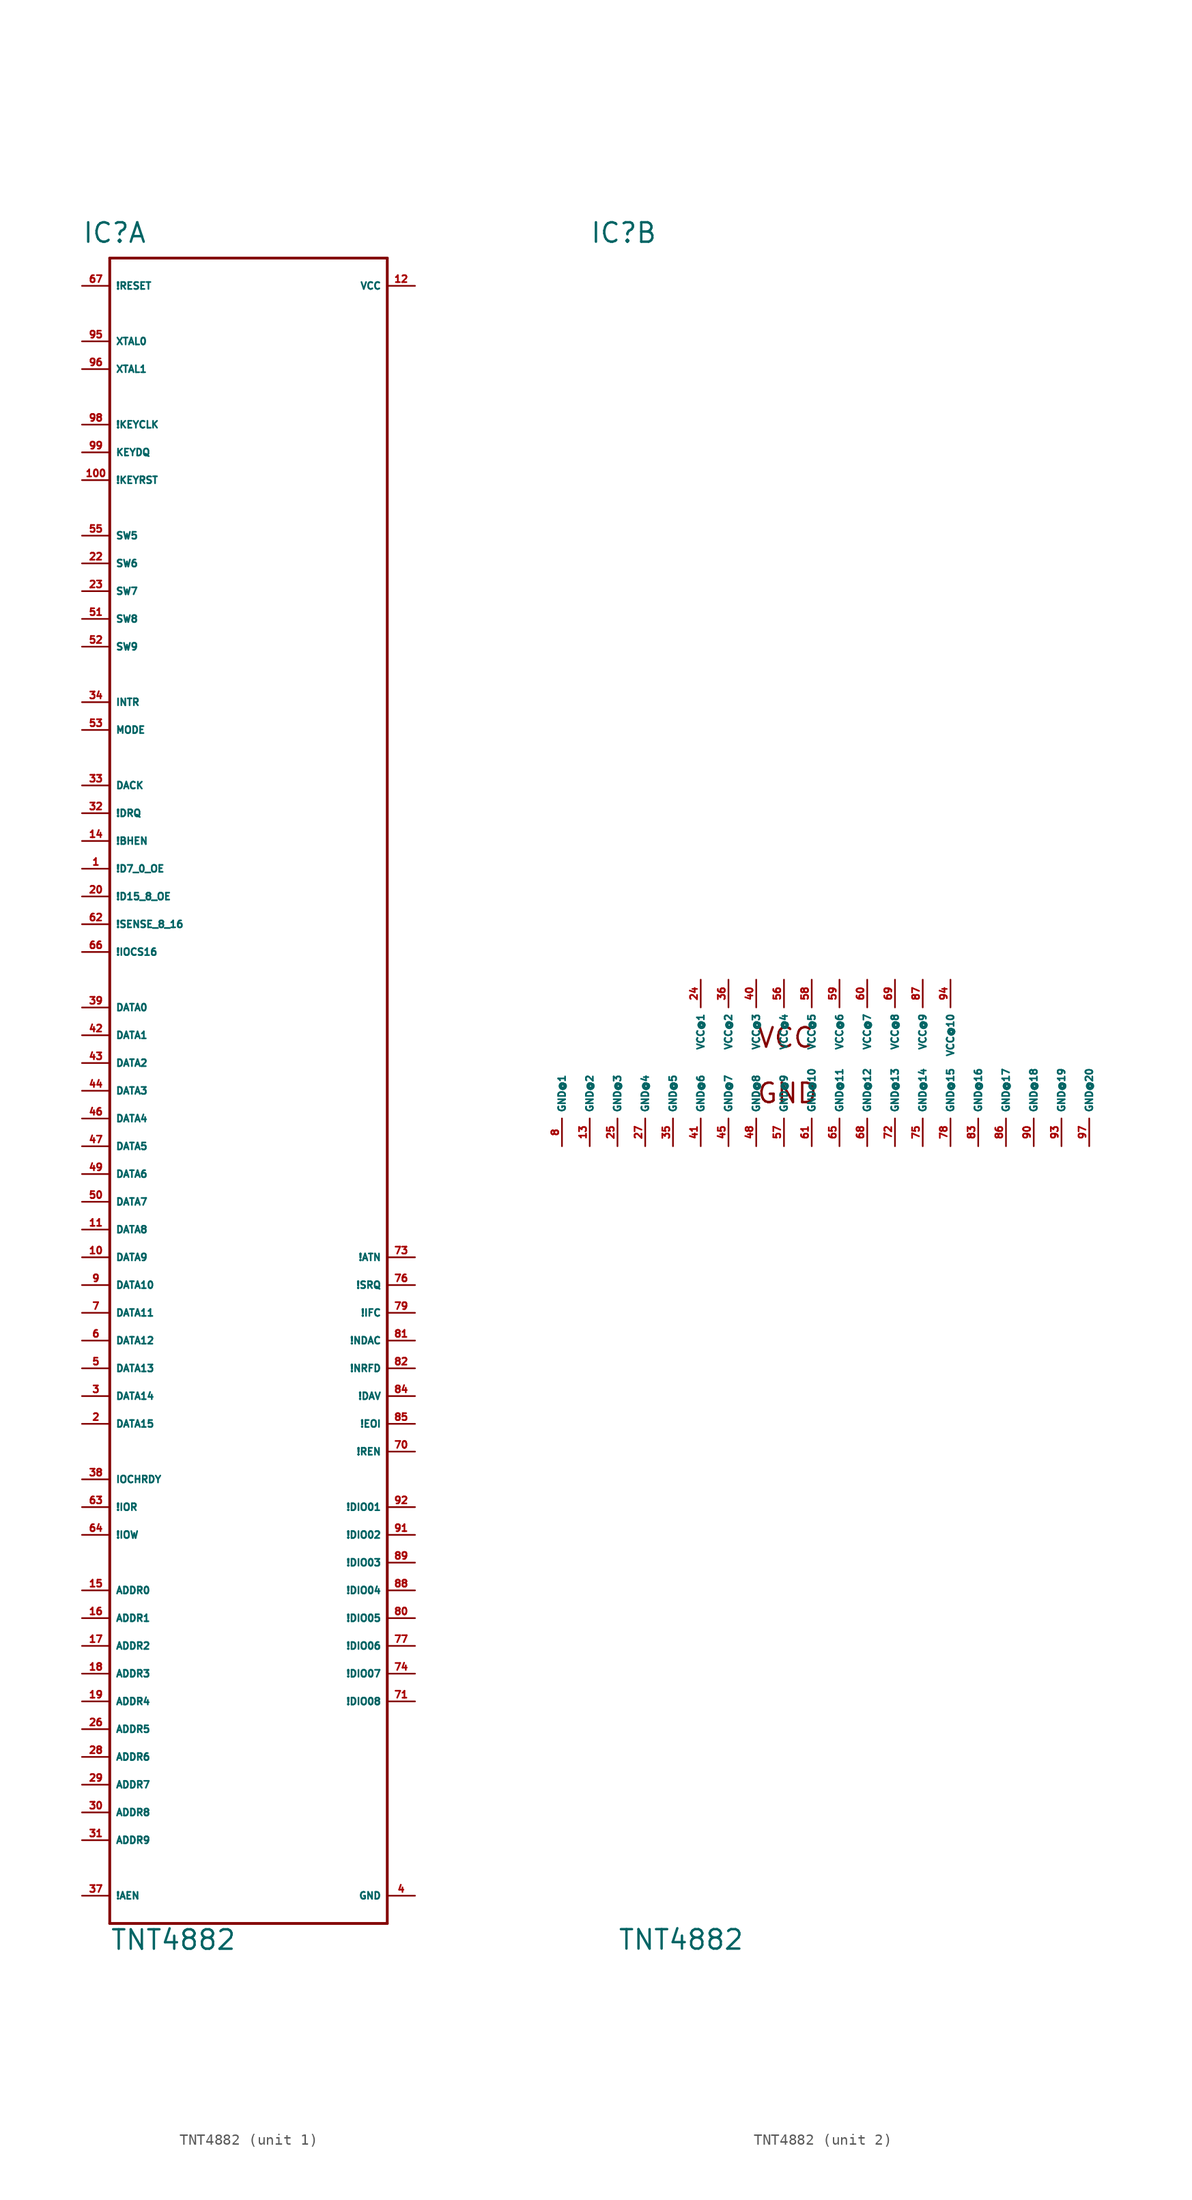
<source format=kicad_sym>
(kicad_symbol_lib
  (version 20220914)
  (generator Eagle2Kicad)
  (symbol "TNT4882"
    (property "Reference" "IC"
      (at -17.78 74.93 0)
      (effects (font (size 1.778 1.778) (thickness 0.22)) (justify left bottom)))
    (property "Value" "TNT4882"
      (at -15.24 -81.28 0)
      (effects (font (size 1.778 1.778) (thickness 0.22)) (justify left bottom)))
    (symbol "TNT4882_1_0"
      (polyline (pts (xy -15.24 73.66) (xy 10.16 73.66)) (stroke (width 0.254) (type default)) (fill (type none)))
      (polyline (pts (xy 10.16 73.66) (xy 10.16 -78.74)) (stroke (width 0.254) (type default)) (fill (type none)))
      (polyline (pts (xy 10.16 -78.74) (xy -15.24 -78.74)) (stroke (width 0.254) (type default)) (fill (type none)))
      (polyline (pts (xy -15.24 -78.74) (xy -15.24 73.66)) (stroke (width 0.254) (type default)) (fill (type none)))
      (pin bidirectional line (at 12.7 -25.4 180) (length 2.54) (name "!NDAC" (effects (font (size 0.635 0.635) (thickness 0.08)) (justify left bottom))) (number "81" (effects (font (size 0.635 0.635) (thickness 0.08)) (justify left bottom))))
      (pin bidirectional line (at 12.7 -27.94 180) (length 2.54) (name "!NRFD" (effects (font (size 0.635 0.635) (thickness 0.08)) (justify left bottom))) (number "82" (effects (font (size 0.635 0.635) (thickness 0.08)) (justify left bottom))))
      (pin bidirectional line (at 12.7 -30.48 180) (length 2.54) (name "!DAV" (effects (font (size 0.635 0.635) (thickness 0.08)) (justify left bottom))) (number "84" (effects (font (size 0.635 0.635) (thickness 0.08)) (justify left bottom))))
      (pin bidirectional line (at 12.7 -33.02 180) (length 2.54) (name "!EOI" (effects (font (size 0.635 0.635) (thickness 0.08)) (justify left bottom))) (number "85" (effects (font (size 0.635 0.635) (thickness 0.08)) (justify left bottom))))
      (pin bidirectional line (at 12.7 -40.64 180) (length 2.54) (name "!DIO01" (effects (font (size 0.635 0.635) (thickness 0.08)) (justify left bottom))) (number "92" (effects (font (size 0.635 0.635) (thickness 0.08)) (justify left bottom))))
      (pin bidirectional line (at 12.7 -43.18 180) (length 2.54) (name "!DIO02" (effects (font (size 0.635 0.635) (thickness 0.08)) (justify left bottom))) (number "91" (effects (font (size 0.635 0.635) (thickness 0.08)) (justify left bottom))))
      (pin bidirectional line (at 12.7 -45.72 180) (length 2.54) (name "!DIO03" (effects (font (size 0.635 0.635) (thickness 0.08)) (justify left bottom))) (number "89" (effects (font (size 0.635 0.635) (thickness 0.08)) (justify left bottom))))
      (pin bidirectional line (at 12.7 -48.26 180) (length 2.54) (name "!DIO04" (effects (font (size 0.635 0.635) (thickness 0.08)) (justify left bottom))) (number "88" (effects (font (size 0.635 0.635) (thickness 0.08)) (justify left bottom))))
      (pin bidirectional line (at 12.7 -50.8 180) (length 2.54) (name "!DIO05" (effects (font (size 0.635 0.635) (thickness 0.08)) (justify left bottom))) (number "80" (effects (font (size 0.635 0.635) (thickness 0.08)) (justify left bottom))))
      (pin bidirectional line (at 12.7 -53.34 180) (length 2.54) (name "!DIO06" (effects (font (size 0.635 0.635) (thickness 0.08)) (justify left bottom))) (number "77" (effects (font (size 0.635 0.635) (thickness 0.08)) (justify left bottom))))
      (pin bidirectional line (at 12.7 -55.88 180) (length 2.54) (name "!DIO07" (effects (font (size 0.635 0.635) (thickness 0.08)) (justify left bottom))) (number "74" (effects (font (size 0.635 0.635) (thickness 0.08)) (justify left bottom))))
      (pin bidirectional line (at 12.7 -58.42 180) (length 2.54) (name "!DIO08" (effects (font (size 0.635 0.635) (thickness 0.08)) (justify left bottom))) (number "71" (effects (font (size 0.635 0.635) (thickness 0.08)) (justify left bottom))))
      (pin bidirectional line (at 12.7 -22.86 180) (length 2.54) (name "!IFC" (effects (font (size 0.635 0.635) (thickness 0.08)) (justify left bottom))) (number "79" (effects (font (size 0.635 0.635) (thickness 0.08)) (justify left bottom))))
      (pin bidirectional line (at 12.7 -17.78 180) (length 2.54) (name "!ATN" (effects (font (size 0.635 0.635) (thickness 0.08)) (justify left bottom))) (number "73" (effects (font (size 0.635 0.635) (thickness 0.08)) (justify left bottom))))
      (pin bidirectional line (at 12.7 -35.56 180) (length 2.54) (name "!REN" (effects (font (size 0.635 0.635) (thickness 0.08)) (justify left bottom))) (number "70" (effects (font (size 0.635 0.635) (thickness 0.08)) (justify left bottom))))
      (pin unspecified line (at 12.7 -76.2 180) (length 2.54) (name "GND" (effects (font (size 0.635 0.635) (thickness 0.08)) (justify left bottom))) (number "4" (effects (font (size 0.635 0.635) (thickness 0.08)) (justify left bottom))))
      (pin bidirectional line (at 12.7 -20.32 180) (length 2.54) (name "!SRQ" (effects (font (size 0.635 0.635) (thickness 0.08)) (justify left bottom))) (number "76" (effects (font (size 0.635 0.635) (thickness 0.08)) (justify left bottom))))
      (pin output line (at -17.78 66.04 0) (length 2.54) (name "XTAL0" (effects (font (size 0.635 0.635) (thickness 0.08)) (justify left bottom))) (number "95" (effects (font (size 0.635 0.635) (thickness 0.08)) (justify left bottom))))
      (pin input line (at -17.78 63.5 0) (length 2.54) (name "XTAL1" (effects (font (size 0.635 0.635) (thickness 0.08)) (justify left bottom))) (number "96" (effects (font (size 0.635 0.635) (thickness 0.08)) (justify left bottom))))
      (pin output line (at -17.78 58.42 0) (length 2.54) (name "!KEYCLK" (effects (font (size 0.635 0.635) (thickness 0.08)) (justify left bottom))) (number "98" (effects (font (size 0.635 0.635) (thickness 0.08)) (justify left bottom))))
      (pin bidirectional line (at -17.78 55.88 0) (length 2.54) (name "KEYDQ" (effects (font (size 0.635 0.635) (thickness 0.08)) (justify left bottom))) (number "99" (effects (font (size 0.635 0.635) (thickness 0.08)) (justify left bottom))))
      (pin output line (at -17.78 53.34 0) (length 2.54) (name "!KEYRST" (effects (font (size 0.635 0.635) (thickness 0.08)) (justify left bottom))) (number "100" (effects (font (size 0.635 0.635) (thickness 0.08)) (justify left bottom))))
      (pin bidirectional line (at -17.78 5.08 0) (length 2.54) (name "DATA0" (effects (font (size 0.635 0.635) (thickness 0.08)) (justify left bottom))) (number "39" (effects (font (size 0.635 0.635) (thickness 0.08)) (justify left bottom))))
      (pin bidirectional line (at -17.78 2.54 0) (length 2.54) (name "DATA1" (effects (font (size 0.635 0.635) (thickness 0.08)) (justify left bottom))) (number "42" (effects (font (size 0.635 0.635) (thickness 0.08)) (justify left bottom))))
      (pin bidirectional line (at -17.78 0 0) (length 2.54) (name "DATA2" (effects (font (size 0.635 0.635) (thickness 0.08)) (justify left bottom))) (number "43" (effects (font (size 0.635 0.635) (thickness 0.08)) (justify left bottom))))
      (pin bidirectional line (at -17.78 -2.54 0) (length 2.54) (name "DATA3" (effects (font (size 0.635 0.635) (thickness 0.08)) (justify left bottom))) (number "44" (effects (font (size 0.635 0.635) (thickness 0.08)) (justify left bottom))))
      (pin bidirectional line (at -17.78 -5.08 0) (length 2.54) (name "DATA4" (effects (font (size 0.635 0.635) (thickness 0.08)) (justify left bottom))) (number "46" (effects (font (size 0.635 0.635) (thickness 0.08)) (justify left bottom))))
      (pin bidirectional line (at -17.78 -7.62 0) (length 2.54) (name "DATA5" (effects (font (size 0.635 0.635) (thickness 0.08)) (justify left bottom))) (number "47" (effects (font (size 0.635 0.635) (thickness 0.08)) (justify left bottom))))
      (pin bidirectional line (at -17.78 -10.16 0) (length 2.54) (name "DATA6" (effects (font (size 0.635 0.635) (thickness 0.08)) (justify left bottom))) (number "49" (effects (font (size 0.635 0.635) (thickness 0.08)) (justify left bottom))))
      (pin bidirectional line (at -17.78 -12.7 0) (length 2.54) (name "DATA7" (effects (font (size 0.635 0.635) (thickness 0.08)) (justify left bottom))) (number "50" (effects (font (size 0.635 0.635) (thickness 0.08)) (justify left bottom))))
      (pin bidirectional line (at -17.78 -15.24 0) (length 2.54) (name "DATA8" (effects (font (size 0.635 0.635) (thickness 0.08)) (justify left bottom))) (number "11" (effects (font (size 0.635 0.635) (thickness 0.08)) (justify left bottom))))
      (pin bidirectional line (at -17.78 -17.78 0) (length 2.54) (name "DATA9" (effects (font (size 0.635 0.635) (thickness 0.08)) (justify left bottom))) (number "10" (effects (font (size 0.635 0.635) (thickness 0.08)) (justify left bottom))))
      (pin bidirectional line (at -17.78 -20.32 0) (length 2.54) (name "DATA10" (effects (font (size 0.635 0.635) (thickness 0.08)) (justify left bottom))) (number "9" (effects (font (size 0.635 0.635) (thickness 0.08)) (justify left bottom))))
      (pin bidirectional line (at -17.78 -22.86 0) (length 2.54) (name "DATA11" (effects (font (size 0.635 0.635) (thickness 0.08)) (justify left bottom))) (number "7" (effects (font (size 0.635 0.635) (thickness 0.08)) (justify left bottom))))
      (pin bidirectional line (at -17.78 -25.4 0) (length 2.54) (name "DATA12" (effects (font (size 0.635 0.635) (thickness 0.08)) (justify left bottom))) (number "6" (effects (font (size 0.635 0.635) (thickness 0.08)) (justify left bottom))))
      (pin bidirectional line (at -17.78 -27.94 0) (length 2.54) (name "DATA13" (effects (font (size 0.635 0.635) (thickness 0.08)) (justify left bottom))) (number "5" (effects (font (size 0.635 0.635) (thickness 0.08)) (justify left bottom))))
      (pin bidirectional line (at -17.78 -30.48 0) (length 2.54) (name "DATA14" (effects (font (size 0.635 0.635) (thickness 0.08)) (justify left bottom))) (number "3" (effects (font (size 0.635 0.635) (thickness 0.08)) (justify left bottom))))
      (pin bidirectional line (at -17.78 -33.02 0) (length 2.54) (name "DATA15" (effects (font (size 0.635 0.635) (thickness 0.08)) (justify left bottom))) (number "2" (effects (font (size 0.635 0.635) (thickness 0.08)) (justify left bottom))))
      (pin input line (at -17.78 -48.26 0) (length 2.54) (name "ADDR0" (effects (font (size 0.635 0.635) (thickness 0.08)) (justify left bottom))) (number "15" (effects (font (size 0.635 0.635) (thickness 0.08)) (justify left bottom))))
      (pin input line (at -17.78 -50.8 0) (length 2.54) (name "ADDR1" (effects (font (size 0.635 0.635) (thickness 0.08)) (justify left bottom))) (number "16" (effects (font (size 0.635 0.635) (thickness 0.08)) (justify left bottom))))
      (pin input line (at -17.78 -53.34 0) (length 2.54) (name "ADDR2" (effects (font (size 0.635 0.635) (thickness 0.08)) (justify left bottom))) (number "17" (effects (font (size 0.635 0.635) (thickness 0.08)) (justify left bottom))))
      (pin input line (at -17.78 -55.88 0) (length 2.54) (name "ADDR3" (effects (font (size 0.635 0.635) (thickness 0.08)) (justify left bottom))) (number "18" (effects (font (size 0.635 0.635) (thickness 0.08)) (justify left bottom))))
      (pin input line (at -17.78 -58.42 0) (length 2.54) (name "ADDR4" (effects (font (size 0.635 0.635) (thickness 0.08)) (justify left bottom))) (number "19" (effects (font (size 0.635 0.635) (thickness 0.08)) (justify left bottom))))
      (pin output line (at -17.78 22.86 0) (length 2.54) (name "!DRQ" (effects (font (size 0.635 0.635) (thickness 0.08)) (justify left bottom))) (number "32" (effects (font (size 0.635 0.635) (thickness 0.08)) (justify left bottom))))
      (pin input line (at -17.78 25.4 0) (length 2.54) (name "DACK" (effects (font (size 0.635 0.635) (thickness 0.08)) (justify left bottom))) (number "33" (effects (font (size 0.635 0.635) (thickness 0.08)) (justify left bottom))))
      (pin output line (at -17.78 33.02 0) (length 2.54) (name "INTR" (effects (font (size 0.635 0.635) (thickness 0.08)) (justify left bottom))) (number "34" (effects (font (size 0.635 0.635) (thickness 0.08)) (justify left bottom))))
      (pin input line (at -17.78 30.48 0) (length 2.54) (name "MODE" (effects (font (size 0.635 0.635) (thickness 0.08)) (justify left bottom))) (number "53" (effects (font (size 0.635 0.635) (thickness 0.08)) (justify left bottom))))
      (pin input line (at -17.78 71.12 0) (length 2.54) (name "!RESET" (effects (font (size 0.635 0.635) (thickness 0.08)) (justify left bottom))) (number "67" (effects (font (size 0.635 0.635) (thickness 0.08)) (justify left bottom))))
      (pin unspecified line (at 12.7 71.12 180) (length 2.54) (name "VCC" (effects (font (size 0.635 0.635) (thickness 0.08)) (justify left bottom))) (number "12" (effects (font (size 0.635 0.635) (thickness 0.08)) (justify left bottom))))
      (pin output line (at -17.78 17.78 0) (length 2.54) (name "!D7_0_OE" (effects (font (size 0.635 0.635) (thickness 0.08)) (justify left bottom))) (number "1" (effects (font (size 0.635 0.635) (thickness 0.08)) (justify left bottom))))
      (pin input line (at -17.78 20.32 0) (length 2.54) (name "!BHEN" (effects (font (size 0.635 0.635) (thickness 0.08)) (justify left bottom))) (number "14" (effects (font (size 0.635 0.635) (thickness 0.08)) (justify left bottom))))
      (pin output line (at -17.78 15.24 0) (length 2.54) (name "!D15_8_OE" (effects (font (size 0.635 0.635) (thickness 0.08)) (justify left bottom))) (number "20" (effects (font (size 0.635 0.635) (thickness 0.08)) (justify left bottom))))
      (pin input line (at -17.78 12.7 0) (length 2.54) (name "!SENSE_8_16" (effects (font (size 0.635 0.635) (thickness 0.08)) (justify left bottom))) (number "62" (effects (font (size 0.635 0.635) (thickness 0.08)) (justify left bottom))))
      (pin open_collector line (at -17.78 10.16 0) (length 2.54) (name "!IOCS16" (effects (font (size 0.635 0.635) (thickness 0.08)) (justify left bottom))) (number "66" (effects (font (size 0.635 0.635) (thickness 0.08)) (justify left bottom))))
      (pin input line (at -17.78 45.72 0) (length 2.54) (name "SW6" (effects (font (size 0.635 0.635) (thickness 0.08)) (justify left bottom))) (number "22" (effects (font (size 0.635 0.635) (thickness 0.08)) (justify left bottom))))
      (pin input line (at -17.78 43.18 0) (length 2.54) (name "SW7" (effects (font (size 0.635 0.635) (thickness 0.08)) (justify left bottom))) (number "23" (effects (font (size 0.635 0.635) (thickness 0.08)) (justify left bottom))))
      (pin open_collector line (at -17.78 -38.1 0) (length 2.54) (name "IOCHRDY" (effects (font (size 0.635 0.635) (thickness 0.08)) (justify left bottom))) (number "38" (effects (font (size 0.635 0.635) (thickness 0.08)) (justify left bottom))))
      (pin input line (at -17.78 -43.18 0) (length 2.54) (name "!IOW" (effects (font (size 0.635 0.635) (thickness 0.08)) (justify left bottom))) (number "64" (effects (font (size 0.635 0.635) (thickness 0.08)) (justify left bottom))))
      (pin input line (at -17.78 -40.64 0) (length 2.54) (name "!IOR" (effects (font (size 0.635 0.635) (thickness 0.08)) (justify left bottom))) (number "63" (effects (font (size 0.635 0.635) (thickness 0.08)) (justify left bottom))))
      (pin input line (at -17.78 48.26 0) (length 2.54) (name "SW5" (effects (font (size 0.635 0.635) (thickness 0.08)) (justify left bottom))) (number "55" (effects (font (size 0.635 0.635) (thickness 0.08)) (justify left bottom))))
      (pin input line (at -17.78 40.64 0) (length 2.54) (name "SW8" (effects (font (size 0.635 0.635) (thickness 0.08)) (justify left bottom))) (number "51" (effects (font (size 0.635 0.635) (thickness 0.08)) (justify left bottom))))
      (pin input line (at -17.78 38.1 0) (length 2.54) (name "SW9" (effects (font (size 0.635 0.635) (thickness 0.08)) (justify left bottom))) (number "52" (effects (font (size 0.635 0.635) (thickness 0.08)) (justify left bottom))))
      (pin input line (at -17.78 -60.96 0) (length 2.54) (name "ADDR5" (effects (font (size 0.635 0.635) (thickness 0.08)) (justify left bottom))) (number "26" (effects (font (size 0.635 0.635) (thickness 0.08)) (justify left bottom))))
      (pin input line (at -17.78 -63.5 0) (length 2.54) (name "ADDR6" (effects (font (size 0.635 0.635) (thickness 0.08)) (justify left bottom))) (number "28" (effects (font (size 0.635 0.635) (thickness 0.08)) (justify left bottom))))
      (pin input line (at -17.78 -66.04 0) (length 2.54) (name "ADDR7" (effects (font (size 0.635 0.635) (thickness 0.08)) (justify left bottom))) (number "29" (effects (font (size 0.635 0.635) (thickness 0.08)) (justify left bottom))))
      (pin input line (at -17.78 -68.58 0) (length 2.54) (name "ADDR8" (effects (font (size 0.635 0.635) (thickness 0.08)) (justify left bottom))) (number "30" (effects (font (size 0.635 0.635) (thickness 0.08)) (justify left bottom))))
      (pin input line (at -17.78 -71.12 0) (length 2.54) (name "ADDR9" (effects (font (size 0.635 0.635) (thickness 0.08)) (justify left bottom))) (number "31" (effects (font (size 0.635 0.635) (thickness 0.08)) (justify left bottom))))
      (pin input line (at -17.78 -76.2 0) (length 2.54) (name "!AEN" (effects (font (size 0.635 0.635) (thickness 0.08)) (justify left bottom))) (number "37" (effects (font (size 0.635 0.635) (thickness 0.08)) (justify left bottom)))))
    (symbol "TNT4882_2_0"
      (text "VCC" (at -2.54 1.27 0) (effects (font (size 1.778 1.778) (thickness 0.22)) (justify left bottom)))
      (text "GND" (at -2.54 -3.81 0) (effects (font (size 1.778 1.778) (thickness 0.22)) (justify left bottom)))
      (pin unspecified line (at -20.32 -7.62 90) (length 2.54) (name "GND@1" (effects (font (size 0.635 0.635) (thickness 0.08)) (justify left bottom))) (number "8" (effects (font (size 0.635 0.635) (thickness 0.08)) (justify left bottom))))
      (pin unspecified line (at -17.78 -7.62 90) (length 2.54) (name "GND@2" (effects (font (size 0.635 0.635) (thickness 0.08)) (justify left bottom))) (number "13" (effects (font (size 0.635 0.635) (thickness 0.08)) (justify left bottom))))
      (pin unspecified line (at -15.24 -7.62 90) (length 2.54) (name "GND@3" (effects (font (size 0.635 0.635) (thickness 0.08)) (justify left bottom))) (number "25" (effects (font (size 0.635 0.635) (thickness 0.08)) (justify left bottom))))
      (pin unspecified line (at -12.7 -7.62 90) (length 2.54) (name "GND@4" (effects (font (size 0.635 0.635) (thickness 0.08)) (justify left bottom))) (number "27" (effects (font (size 0.635 0.635) (thickness 0.08)) (justify left bottom))))
      (pin unspecified line (at -10.16 -7.62 90) (length 2.54) (name "GND@5" (effects (font (size 0.635 0.635) (thickness 0.08)) (justify left bottom))) (number "35" (effects (font (size 0.635 0.635) (thickness 0.08)) (justify left bottom))))
      (pin unspecified line (at -7.62 -7.62 90) (length 2.54) (name "GND@6" (effects (font (size 0.635 0.635) (thickness 0.08)) (justify left bottom))) (number "41" (effects (font (size 0.635 0.635) (thickness 0.08)) (justify left bottom))))
      (pin unspecified line (at -5.08 -7.62 90) (length 2.54) (name "GND@7" (effects (font (size 0.635 0.635) (thickness 0.08)) (justify left bottom))) (number "45" (effects (font (size 0.635 0.635) (thickness 0.08)) (justify left bottom))))
      (pin unspecified line (at -2.54 -7.62 90) (length 2.54) (name "GND@8" (effects (font (size 0.635 0.635) (thickness 0.08)) (justify left bottom))) (number "48" (effects (font (size 0.635 0.635) (thickness 0.08)) (justify left bottom))))
      (pin unspecified line (at 0 -7.62 90) (length 2.54) (name "GND@9" (effects (font (size 0.635 0.635) (thickness 0.08)) (justify left bottom))) (number "57" (effects (font (size 0.635 0.635) (thickness 0.08)) (justify left bottom))))
      (pin unspecified line (at 2.54 -7.62 90) (length 2.54) (name "GND@10" (effects (font (size 0.635 0.635) (thickness 0.08)) (justify left bottom))) (number "61" (effects (font (size 0.635 0.635) (thickness 0.08)) (justify left bottom))))
      (pin unspecified line (at 5.08 -7.62 90) (length 2.54) (name "GND@11" (effects (font (size 0.635 0.635) (thickness 0.08)) (justify left bottom))) (number "65" (effects (font (size 0.635 0.635) (thickness 0.08)) (justify left bottom))))
      (pin unspecified line (at 7.62 -7.62 90) (length 2.54) (name "GND@12" (effects (font (size 0.635 0.635) (thickness 0.08)) (justify left bottom))) (number "68" (effects (font (size 0.635 0.635) (thickness 0.08)) (justify left bottom))))
      (pin unspecified line (at 10.16 -7.62 90) (length 2.54) (name "GND@13" (effects (font (size 0.635 0.635) (thickness 0.08)) (justify left bottom))) (number "72" (effects (font (size 0.635 0.635) (thickness 0.08)) (justify left bottom))))
      (pin unspecified line (at 12.7 -7.62 90) (length 2.54) (name "GND@14" (effects (font (size 0.635 0.635) (thickness 0.08)) (justify left bottom))) (number "75" (effects (font (size 0.635 0.635) (thickness 0.08)) (justify left bottom))))
      (pin unspecified line (at 15.24 -7.62 90) (length 2.54) (name "GND@15" (effects (font (size 0.635 0.635) (thickness 0.08)) (justify left bottom))) (number "78" (effects (font (size 0.635 0.635) (thickness 0.08)) (justify left bottom))))
      (pin unspecified line (at 17.78 -7.62 90) (length 2.54) (name "GND@16" (effects (font (size 0.635 0.635) (thickness 0.08)) (justify left bottom))) (number "83" (effects (font (size 0.635 0.635) (thickness 0.08)) (justify left bottom))))
      (pin unspecified line (at 20.32 -7.62 90) (length 2.54) (name "GND@17" (effects (font (size 0.635 0.635) (thickness 0.08)) (justify left bottom))) (number "86" (effects (font (size 0.635 0.635) (thickness 0.08)) (justify left bottom))))
      (pin unspecified line (at -7.62 7.62 270) (length 2.54) (name "VCC@1" (effects (font (size 0.635 0.635) (thickness 0.08)) (justify left bottom))) (number "24" (effects (font (size 0.635 0.635) (thickness 0.08)) (justify left bottom))))
      (pin unspecified line (at -5.08 7.62 270) (length 2.54) (name "VCC@2" (effects (font (size 0.635 0.635) (thickness 0.08)) (justify left bottom))) (number "36" (effects (font (size 0.635 0.635) (thickness 0.08)) (justify left bottom))))
      (pin unspecified line (at -2.54 7.62 270) (length 2.54) (name "VCC@3" (effects (font (size 0.635 0.635) (thickness 0.08)) (justify left bottom))) (number "40" (effects (font (size 0.635 0.635) (thickness 0.08)) (justify left bottom))))
      (pin unspecified line (at 0 7.62 270) (length 2.54) (name "VCC@4" (effects (font (size 0.635 0.635) (thickness 0.08)) (justify left bottom))) (number "56" (effects (font (size 0.635 0.635) (thickness 0.08)) (justify left bottom))))
      (pin unspecified line (at 2.54 7.62 270) (length 2.54) (name "VCC@5" (effects (font (size 0.635 0.635) (thickness 0.08)) (justify left bottom))) (number "58" (effects (font (size 0.635 0.635) (thickness 0.08)) (justify left bottom))))
      (pin unspecified line (at 5.08 7.62 270) (length 2.54) (name "VCC@6" (effects (font (size 0.635 0.635) (thickness 0.08)) (justify left bottom))) (number "59" (effects (font (size 0.635 0.635) (thickness 0.08)) (justify left bottom))))
      (pin unspecified line (at 7.62 7.62 270) (length 2.54) (name "VCC@7" (effects (font (size 0.635 0.635) (thickness 0.08)) (justify left bottom))) (number "60" (effects (font (size 0.635 0.635) (thickness 0.08)) (justify left bottom))))
      (pin unspecified line (at 10.16 7.62 270) (length 2.54) (name "VCC@8" (effects (font (size 0.635 0.635) (thickness 0.08)) (justify left bottom))) (number "69" (effects (font (size 0.635 0.635) (thickness 0.08)) (justify left bottom))))
      (pin unspecified line (at 22.86 -7.62 90) (length 2.54) (name "GND@18" (effects (font (size 0.635 0.635) (thickness 0.08)) (justify left bottom))) (number "90" (effects (font (size 0.635 0.635) (thickness 0.08)) (justify left bottom))))
      (pin unspecified line (at 25.4 -7.62 90) (length 2.54) (name "GND@19" (effects (font (size 0.635 0.635) (thickness 0.08)) (justify left bottom))) (number "93" (effects (font (size 0.635 0.635) (thickness 0.08)) (justify left bottom))))
      (pin unspecified line (at 12.7 7.62 270) (length 2.54) (name "VCC@9" (effects (font (size 0.635 0.635) (thickness 0.08)) (justify left bottom))) (number "87" (effects (font (size 0.635 0.635) (thickness 0.08)) (justify left bottom))))
      (pin unspecified line (at 15.24 7.62 270) (length 2.54) (name "VCC@10" (effects (font (size 0.635 0.635) (thickness 0.08)) (justify left bottom))) (number "94" (effects (font (size 0.635 0.635) (thickness 0.08)) (justify left bottom))))
      (pin unspecified line (at 27.94 -7.62 90) (length 2.54) (name "GND@20" (effects (font (size 0.635 0.635) (thickness 0.08)) (justify left bottom))) (number "97" (effects (font (size 0.635 0.635) (thickness 0.08)) (justify left bottom)))))))
</source>
